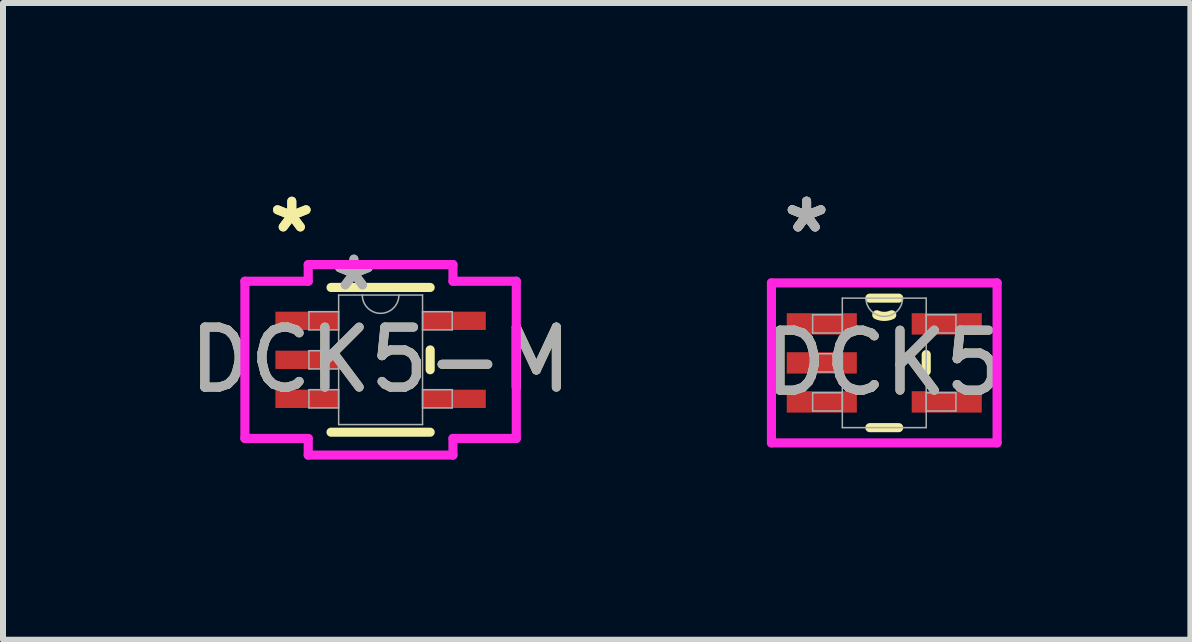
<source format=kicad_pcb>
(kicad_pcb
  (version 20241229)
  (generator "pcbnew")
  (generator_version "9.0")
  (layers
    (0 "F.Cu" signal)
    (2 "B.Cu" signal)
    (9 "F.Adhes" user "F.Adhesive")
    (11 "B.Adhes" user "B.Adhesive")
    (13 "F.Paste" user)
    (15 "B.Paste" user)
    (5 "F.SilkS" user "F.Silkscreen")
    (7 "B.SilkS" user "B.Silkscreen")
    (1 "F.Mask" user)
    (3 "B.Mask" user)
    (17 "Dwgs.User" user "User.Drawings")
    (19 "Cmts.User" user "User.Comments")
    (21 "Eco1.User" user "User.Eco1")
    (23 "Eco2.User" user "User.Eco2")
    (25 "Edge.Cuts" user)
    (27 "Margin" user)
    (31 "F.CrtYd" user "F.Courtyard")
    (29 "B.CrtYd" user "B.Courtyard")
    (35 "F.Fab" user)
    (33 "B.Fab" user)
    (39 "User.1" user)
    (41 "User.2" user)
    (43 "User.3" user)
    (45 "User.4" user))
  (footprint "DCK5-M"
    (layer "F.Cu")
    (at 3.292 2.946)
    (property "Reference" "DCK5-M" (at 0 0 0) (unlocked yes) (layer "F.SilkS") (effects (font (size 1 1) (thickness 0.15))))
    (attr smd)
    (fp_line (start -0.826 1.206) (end 0.826 1.206) (stroke (width 0.152) (type solid)) (layer "F.SilkS"))
    (fp_line (start 0.826 -1.206) (end -0.826 -1.206) (stroke (width 0.152) (type solid)) (layer "F.SilkS"))
    (fp_line (start 0.826 0.165) (end 0.826 -0.165) (stroke (width 0.152) (type solid)) (layer "F.SilkS"))
    (fp_line (start -2.261 -1.31) (end -1.206 -1.31) (stroke (width 0.152) (type solid)) (layer "F.CrtYd"))
    (fp_line (start -2.261 1.31) (end -2.261 -1.31) (stroke (width 0.152) (type solid)) (layer "F.CrtYd"))
    (fp_line (start -1.206 -1.587) (end 1.206 -1.587) (stroke (width 0.152) (type solid)) (layer "F.CrtYd"))
    (fp_line (start -1.206 -1.31) (end -1.206 -1.587) (stroke (width 0.152) (type solid)) (layer "F.CrtYd"))
    (fp_line (start -1.206 1.31) (end -2.261 1.31) (stroke (width 0.152) (type solid)) (layer "F.CrtYd"))
    (fp_line (start -1.206 1.587) (end -1.206 1.31) (stroke (width 0.152) (type solid)) (layer "F.CrtYd"))
    (fp_line (start 1.206 -1.587) (end 1.206 -1.31) (stroke (width 0.152) (type solid)) (layer "F.CrtYd"))
    (fp_line (start 1.206 -1.31) (end 2.261 -1.31) (stroke (width 0.152) (type solid)) (layer "F.CrtYd"))
    (fp_line (start 1.206 1.31) (end 1.206 1.587) (stroke (width 0.152) (type solid)) (layer "F.CrtYd"))
    (fp_line (start 1.206 1.587) (end -1.206 1.587) (stroke (width 0.152) (type solid)) (layer "F.CrtYd"))
    (fp_line (start 2.261 -1.31) (end 2.261 1.31) (stroke (width 0.152) (type solid)) (layer "F.CrtYd"))
    (fp_line (start 2.261 1.31) (end 1.206 1.31) (stroke (width 0.152) (type solid)) (layer "F.CrtYd"))
    (fp_line (start -1.194 -0.802) (end -1.194 -0.498) (stroke (width 0.025) (type solid)) (layer "F.Fab"))
    (fp_line (start -1.194 -0.498) (end -0.699 -0.498) (stroke (width 0.025) (type solid)) (layer "F.Fab"))
    (fp_line (start -1.194 -0.152) (end -1.194 0.152) (stroke (width 0.025) (type solid)) (layer "F.Fab"))
    (fp_line (start -1.194 0.152) (end -0.699 0.152) (stroke (width 0.025) (type solid)) (layer "F.Fab"))
    (fp_line (start -1.194 0.498) (end -1.194 0.802) (stroke (width 0.025) (type solid)) (layer "F.Fab"))
    (fp_line (start -1.194 0.802) (end -0.699 0.802) (stroke (width 0.025) (type solid)) (layer "F.Fab"))
    (fp_line (start -0.699 -1.079) (end -0.699 1.079) (stroke (width 0.025) (type solid)) (layer "F.Fab"))
    (fp_line (start -0.699 -0.802) (end -1.194 -0.802) (stroke (width 0.025) (type solid)) (layer "F.Fab"))
    (fp_line (start -0.699 -0.498) (end -0.699 -0.802) (stroke (width 0.025) (type solid)) (layer "F.Fab"))
    (fp_line (start -0.699 -0.152) (end -1.194 -0.152) (stroke (width 0.025) (type solid)) (layer "F.Fab"))
    (fp_line (start -0.699 0.152) (end -0.699 -0.152) (stroke (width 0.025) (type solid)) (layer "F.Fab"))
    (fp_line (start -0.699 0.498) (end -1.194 0.498) (stroke (width 0.025) (type solid)) (layer "F.Fab"))
    (fp_line (start -0.699 0.802) (end -0.699 0.498) (stroke (width 0.025) (type solid)) (layer "F.Fab"))
    (fp_line (start -0.699 1.079) (end 0.699 1.079) (stroke (width 0.025) (type solid)) (layer "F.Fab"))
    (fp_line (start 0.699 -1.079) (end -0.699 -1.079) (stroke (width 0.025) (type solid)) (layer "F.Fab"))
    (fp_line (start 0.699 -0.802) (end 0.699 -0.498) (stroke (width 0.025) (type solid)) (layer "F.Fab"))
    (fp_line (start 0.699 -0.498) (end 1.194 -0.498) (stroke (width 0.025) (type solid)) (layer "F.Fab"))
    (fp_line (start 0.699 0.498) (end 0.699 0.802) (stroke (width 0.025) (type solid)) (layer "F.Fab"))
    (fp_line (start 0.699 0.802) (end 1.194 0.802) (stroke (width 0.025) (type solid)) (layer "F.Fab"))
    (fp_line (start 0.699 1.079) (end 0.699 -1.079) (stroke (width 0.025) (type solid)) (layer "F.Fab"))
    (fp_line (start 1.194 -0.802) (end 0.699 -0.802) (stroke (width 0.025) (type solid)) (layer "F.Fab"))
    (fp_line (start 1.194 -0.498) (end 1.194 -0.802) (stroke (width 0.025) (type solid)) (layer "F.Fab"))
    (fp_line (start 1.194 0.498) (end 0.699 0.498) (stroke (width 0.025) (type solid)) (layer "F.Fab"))
    (fp_line (start 1.194 0.802) (end 1.194 0.498) (stroke (width 0.025) (type solid)) (layer "F.Fab"))
    (fp_arc (start 0.3048 -1.0795) (mid 0 -0.7747) (end -0.3048 -1.0795) (stroke (width 0.0254) (type solid)) (layer "F.Fab"))
    (fp_text user "*" (at -1.48 -2.098 0) (unlocked yes) (layer "F.SilkS") (effects (font (size 1 1) (thickness 0.15))))
    (fp_text user "*" (at -1.48 -2.098 0) (layer "F.SilkS") (effects (font (size 1 1) (thickness 0.15))))
    (fp_text user "*" (at -0.445 -1.133 0) (layer "F.Fab") (effects (font (size 1 1) (thickness 0.15))))
    (fp_text user "*" (at -0.445 -1.133 0) (unlocked yes) (layer "F.Fab") (effects (font (size 1 1) (thickness 0.15))))
    (fp_text user "${REFERENCE}" (at 0 0 0) (unlocked yes) (layer "F.Fab") (effects (font (size 1 1) (thickness 0.15))))
    (pad "1" smd rect (at -1.226 -0.65) (size 1.054 0.305) (layers "F.Cu" "F.Mask" "F.Paste"))
    (pad "2" smd rect (at -1.226 0) (size 1.054 0.305) (layers "F.Cu" "F.Mask" "F.Paste"))
    (pad "3" smd rect (at -1.226 0.65) (size 1.054 0.305) (layers "F.Cu" "F.Mask" "F.Paste"))
    (pad "4" smd rect (at 1.226 0.65) (size 1.054 0.305) (layers "F.Cu" "F.Mask" "F.Paste"))
    (pad "5" smd rect (at 1.226 -0.65) (size 1.054 0.305) (layers "F.Cu" "F.Mask" "F.Paste")))
  (footprint "DCK5"
    (layer "F.Cu")
    (at 11.685 2.997)
    (property "Reference" "DCK5" (at 0 0 0) (unlocked yes) (layer "F.SilkS") (effects (font (size 1 1) (thickness 0.15))))
    (attr smd)
    (fp_line (start -0.24 1.079) (end 0.24 1.079) (stroke (width 0.152) (type solid)) (layer "F.SilkS"))
    (fp_line (start 0.24 -1.079) (end -0.24 -1.079) (stroke (width 0.152) (type solid)) (layer "F.SilkS"))
    (fp_line (start 0.699 0.139) (end 0.699 -0.139) (stroke (width 0.152) (type solid)) (layer "F.SilkS"))
    (fp_arc (start 0.12446 -0.801269) (mid 0 -0.7747) (end -0.12446 -0.801269) (stroke (width 0.1524) (type solid)) (layer "F.SilkS"))
    (fp_line (start -1.88 -1.333) (end 1.88 -1.333) (stroke (width 0.152) (type solid)) (layer "F.CrtYd"))
    (fp_line (start -1.88 1.333) (end -1.88 -1.333) (stroke (width 0.152) (type solid)) (layer "F.CrtYd"))
    (fp_line (start 1.88 -1.333) (end 1.88 1.333) (stroke (width 0.152) (type solid)) (layer "F.CrtYd"))
    (fp_line (start 1.88 1.333) (end -1.88 1.333) (stroke (width 0.152) (type solid)) (layer "F.CrtYd"))
    (fp_line (start -1.194 -0.802) (end -1.194 -0.498) (stroke (width 0.025) (type solid)) (layer "F.Fab"))
    (fp_line (start -1.194 -0.498) (end -0.699 -0.498) (stroke (width 0.025) (type solid)) (layer "F.Fab"))
    (fp_line (start -1.194 -0.152) (end -1.194 0.152) (stroke (width 0.025) (type solid)) (layer "F.Fab"))
    (fp_line (start -1.194 0.152) (end -0.699 0.152) (stroke (width 0.025) (type solid)) (layer "F.Fab"))
    (fp_line (start -1.194 0.498) (end -1.194 0.802) (stroke (width 0.025) (type solid)) (layer "F.Fab"))
    (fp_line (start -1.194 0.802) (end -0.699 0.802) (stroke (width 0.025) (type solid)) (layer "F.Fab"))
    (fp_line (start -0.699 -1.079) (end -0.699 1.079) (stroke (width 0.025) (type solid)) (layer "F.Fab"))
    (fp_line (start -0.699 -0.802) (end -1.194 -0.802) (stroke (width 0.025) (type solid)) (layer "F.Fab"))
    (fp_line (start -0.699 -0.498) (end -0.699 -0.802) (stroke (width 0.025) (type solid)) (layer "F.Fab"))
    (fp_line (start -0.699 -0.152) (end -1.194 -0.152) (stroke (width 0.025) (type solid)) (layer "F.Fab"))
    (fp_line (start -0.699 0.152) (end -0.699 -0.152) (stroke (width 0.025) (type solid)) (layer "F.Fab"))
    (fp_line (start -0.699 0.498) (end -1.194 0.498) (stroke (width 0.025) (type solid)) (layer "F.Fab"))
    (fp_line (start -0.699 0.802) (end -0.699 0.498) (stroke (width 0.025) (type solid)) (layer "F.Fab"))
    (fp_line (start -0.699 1.079) (end 0.699 1.079) (stroke (width 0.025) (type solid)) (layer "F.Fab"))
    (fp_line (start 0.699 -1.079) (end -0.699 -1.079) (stroke (width 0.025) (type solid)) (layer "F.Fab"))
    (fp_line (start 0.699 -0.802) (end 0.699 -0.498) (stroke (width 0.025) (type solid)) (layer "F.Fab"))
    (fp_line (start 0.699 -0.498) (end 1.194 -0.498) (stroke (width 0.025) (type solid)) (layer "F.Fab"))
    (fp_line (start 0.699 0.498) (end 0.699 0.802) (stroke (width 0.025) (type solid)) (layer "F.Fab"))
    (fp_line (start 0.699 0.802) (end 1.194 0.802) (stroke (width 0.025) (type solid)) (layer "F.Fab"))
    (fp_line (start 0.699 1.079) (end 0.699 -1.079) (stroke (width 0.025) (type solid)) (layer "F.Fab"))
    (fp_line (start 1.194 -0.802) (end 0.699 -0.802) (stroke (width 0.025) (type solid)) (layer "F.Fab"))
    (fp_line (start 1.194 -0.498) (end 1.194 -0.802) (stroke (width 0.025) (type solid)) (layer "F.Fab"))
    (fp_line (start 1.194 0.498) (end 0.699 0.498) (stroke (width 0.025) (type solid)) (layer "F.Fab"))
    (fp_line (start 1.194 0.802) (end 1.194 0.498) (stroke (width 0.025) (type solid)) (layer "F.Fab"))
    (fp_arc (start 0.3048 -1.0795) (mid 0 -0.7747) (end -0.3048 -1.0795) (stroke (width 0.0254) (type solid)) (layer "F.Fab"))
    (fp_text user "*" (at -1.295 -2.149 0) (layer "F.SilkS") (effects (font (size 1 1) (thickness 0.15))))
    (fp_text user "*" (at -1.295 -2.149 0) (unlocked yes) (layer "F.SilkS") (effects (font (size 1 1) (thickness 0.15))))
    (fp_text user "*" (at -1.295 -2.149 0) (layer "F.Fab") (effects (font (size 1 1) (thickness 0.15))))
    (fp_text user "*" (at -1.295 -2.149 0) (unlocked yes) (layer "F.Fab") (effects (font (size 1 1) (thickness 0.15))))
    (fp_text user "${REFERENCE}" (at 0 0 0) (unlocked yes) (layer "F.Fab") (effects (font (size 1 1) (thickness 0.15))))
    (pad "1" smd rect (at -1.041 -0.65) (size 1.168 0.356) (layers "F.Cu" "F.Mask" "F.Paste"))
    (pad "2" smd rect (at -1.041 0) (size 1.168 0.356) (layers "F.Cu" "F.Mask" "F.Paste"))
    (pad "3" smd rect (at -1.041 0.65) (size 1.168 0.356) (layers "F.Cu" "F.Mask" "F.Paste"))
    (pad "4" smd rect (at 1.041 0.65) (size 1.168 0.356) (layers "F.Cu" "F.Mask" "F.Paste"))
    (pad "5" smd rect (at 1.041 -0.65) (size 1.168 0.356) (layers "F.Cu" "F.Mask" "F.Paste")))
  (gr_rect
    (start -3 -3)
    (end 16.786 7.61)
    (stroke (width 0.1) (type default))
    (fill no)
    (layer "Edge.Cuts")))
</source>
